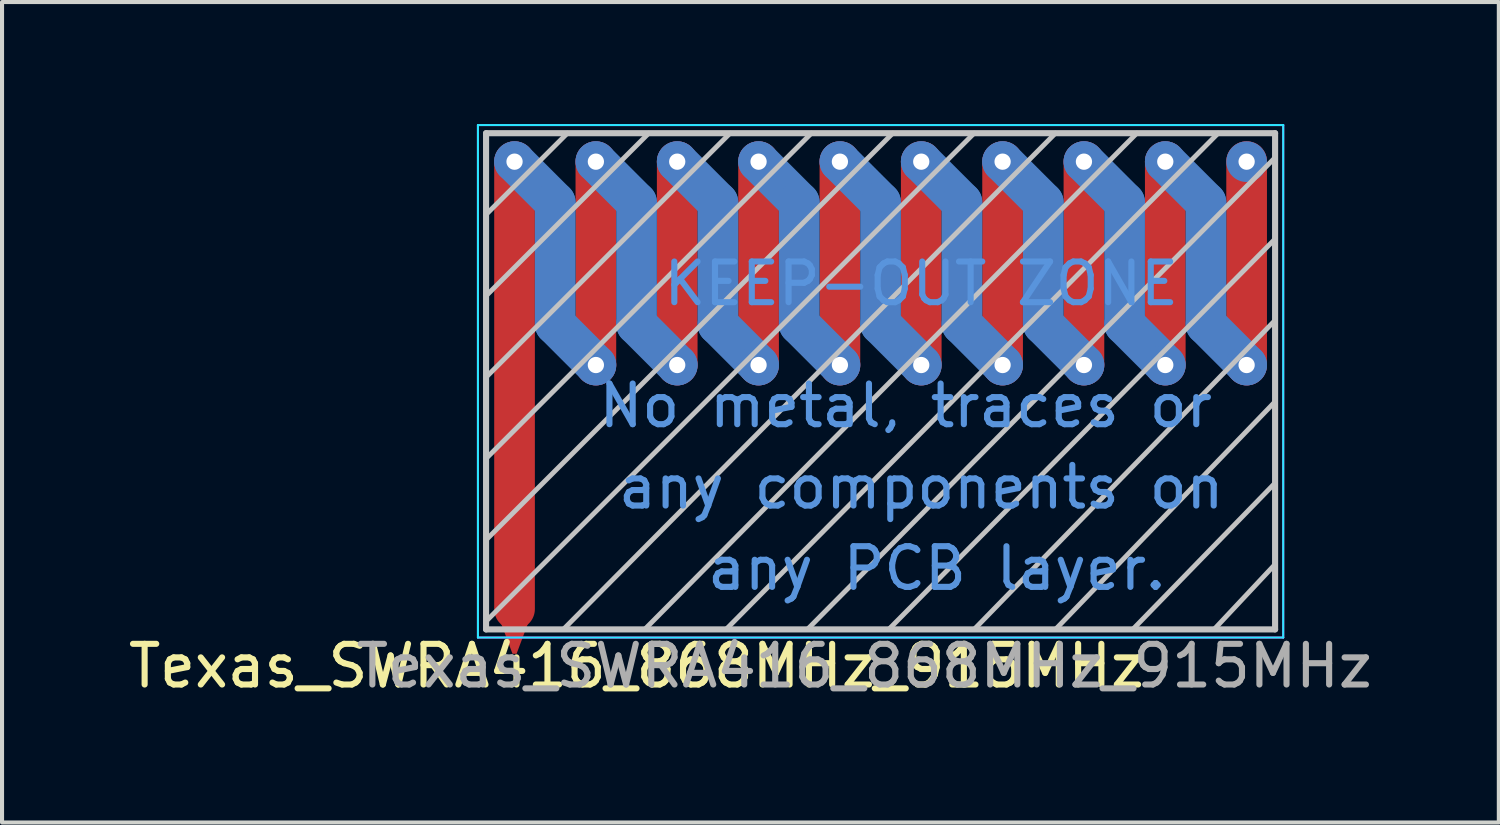
<source format=kicad_pcb>
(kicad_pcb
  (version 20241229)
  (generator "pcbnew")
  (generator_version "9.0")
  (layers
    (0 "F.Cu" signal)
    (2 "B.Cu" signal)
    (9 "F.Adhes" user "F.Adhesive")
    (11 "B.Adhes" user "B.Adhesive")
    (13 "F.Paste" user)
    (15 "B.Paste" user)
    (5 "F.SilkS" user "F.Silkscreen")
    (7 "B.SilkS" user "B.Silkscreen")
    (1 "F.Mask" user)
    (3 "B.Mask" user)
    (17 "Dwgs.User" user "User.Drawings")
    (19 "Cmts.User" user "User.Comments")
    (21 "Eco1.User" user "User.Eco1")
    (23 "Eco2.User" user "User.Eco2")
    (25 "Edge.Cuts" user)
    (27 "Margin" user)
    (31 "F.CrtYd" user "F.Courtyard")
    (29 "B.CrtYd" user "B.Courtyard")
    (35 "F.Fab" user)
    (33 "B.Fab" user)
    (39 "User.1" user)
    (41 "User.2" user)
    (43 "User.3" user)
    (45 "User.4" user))
  (footprint "Texas_SWRA416_868MHz_915MHz"
    (layer "F.Cu")
    (at 18.601 6.725)
    (property "Reference" "Texas_SWRA416_868MHz_915MHz" (at -6 6.6 0) (layer "F.SilkS") (effects (font (size 1 1) (thickness 0.15))))
    (attr smd)
    (fp_line (start -9 5.2) (end -9 -5.8) (stroke (width 1) (type solid)) (layer "F.Cu"))
    (fp_line (start -7 -5.8) (end -7 -0.8) (stroke (width 1) (type solid)) (layer "F.Cu"))
    (fp_line (start -5 -5.8) (end -5 -0.8) (stroke (width 1) (type solid)) (layer "F.Cu"))
    (fp_line (start -3 -5.8) (end -3 -0.8) (stroke (width 1) (type solid)) (layer "F.Cu"))
    (fp_line (start -1 -5.8) (end -1 -0.8) (stroke (width 1) (type solid)) (layer "F.Cu"))
    (fp_line (start 1 -5.8) (end 1 -0.8) (stroke (width 1) (type solid)) (layer "F.Cu"))
    (fp_line (start 3 -5.8) (end 3 -0.8) (stroke (width 1) (type solid)) (layer "F.Cu"))
    (fp_line (start 5 -5.8) (end 5 -0.8) (stroke (width 1) (type solid)) (layer "F.Cu"))
    (fp_line (start 7 -5.8) (end 7 -0.8) (stroke (width 1) (type solid)) (layer "F.Cu"))
    (fp_line (start 9 -5.8) (end 9 -0.8) (stroke (width 1) (type solid)) (layer "F.Cu"))
    (fp_line (start -9 -5.8) (end -8 -4.8) (stroke (width 1) (type solid)) (layer "B.Cu"))
    (fp_line (start -8 -4.8) (end -8 -1.8) (stroke (width 1) (type solid)) (layer "B.Cu"))
    (fp_line (start -8 -1.8) (end -7 -0.8) (stroke (width 1) (type solid)) (layer "B.Cu"))
    (fp_line (start -7 -5.8) (end -6 -4.8) (stroke (width 1) (type solid)) (layer "B.Cu"))
    (fp_line (start -6 -4.8) (end -6 -1.8) (stroke (width 1) (type solid)) (layer "B.Cu"))
    (fp_line (start -6 -1.8) (end -5 -0.8) (stroke (width 1) (type solid)) (layer "B.Cu"))
    (fp_line (start -5 -5.8) (end -4 -4.8) (stroke (width 1) (type solid)) (layer "B.Cu"))
    (fp_line (start -4 -4.8) (end -4 -1.8) (stroke (width 1) (type solid)) (layer "B.Cu"))
    (fp_line (start -4 -1.8) (end -3 -0.8) (stroke (width 1) (type solid)) (layer "B.Cu"))
    (fp_line (start -3 -5.8) (end -2 -4.8) (stroke (width 1) (type solid)) (layer "B.Cu"))
    (fp_line (start -2 -4.8) (end -2 -1.8) (stroke (width 1) (type solid)) (layer "B.Cu"))
    (fp_line (start -2 -1.8) (end -1 -0.8) (stroke (width 1) (type solid)) (layer "B.Cu"))
    (fp_line (start -1 -5.8) (end 0 -4.8) (stroke (width 1) (type solid)) (layer "B.Cu"))
    (fp_line (start 0 -4.8) (end 0 -1.8) (stroke (width 1) (type solid)) (layer "B.Cu"))
    (fp_line (start 0 -1.8) (end 1 -0.8) (stroke (width 1) (type solid)) (layer "B.Cu"))
    (fp_line (start 1 -5.8) (end 2 -4.8) (stroke (width 1) (type solid)) (layer "B.Cu"))
    (fp_line (start 2 -4.8) (end 2 -1.8) (stroke (width 1) (type solid)) (layer "B.Cu"))
    (fp_line (start 2 -1.8) (end 3 -0.8) (stroke (width 1) (type solid)) (layer "B.Cu"))
    (fp_line (start 3 -5.8) (end 4 -4.8) (stroke (width 1) (type solid)) (layer "B.Cu"))
    (fp_line (start 4 -4.8) (end 4 -1.8) (stroke (width 1) (type solid)) (layer "B.Cu"))
    (fp_line (start 4 -1.8) (end 5 -0.8) (stroke (width 1) (type solid)) (layer "B.Cu"))
    (fp_line (start 5 -5.8) (end 6 -4.8) (stroke (width 1) (type solid)) (layer "B.Cu"))
    (fp_line (start 6 -4.8) (end 6 -1.8) (stroke (width 1) (type solid)) (layer "B.Cu"))
    (fp_line (start 6 -1.8) (end 7 -0.8) (stroke (width 1) (type solid)) (layer "B.Cu"))
    (fp_line (start 7 -5.8) (end 8 -4.8) (stroke (width 1) (type solid)) (layer "B.Cu"))
    (fp_line (start 8 -4.8) (end 8 -1.8) (stroke (width 1) (type solid)) (layer "B.Cu"))
    (fp_line (start 8 -1.8) (end 9 -0.8) (stroke (width 1) (type solid)) (layer "B.Cu"))
    (fp_line (start -9.7 -6.5) (end -9.7 5.7) (stroke (width 0.15) (type solid)) (layer "Dwgs.User"))
    (fp_line (start -9.7 -4.5) (end -7.7 -6.5) (stroke (width 0.12) (type solid)) (layer "Dwgs.User"))
    (fp_line (start -9.7 -2.5) (end -5.7 -6.5) (stroke (width 0.12) (type solid)) (layer "Dwgs.User"))
    (fp_line (start -9.7 -0.5) (end -3.7 -6.5) (stroke (width 0.12) (type solid)) (layer "Dwgs.User"))
    (fp_line (start -9.7 1.5) (end -1.7 -6.5) (stroke (width 0.12) (type solid)) (layer "Dwgs.User"))
    (fp_line (start -9.7 3.5) (end 0.3 -6.5) (stroke (width 0.12) (type solid)) (layer "Dwgs.User"))
    (fp_line (start -9.7 5.5) (end 2.3 -6.5) (stroke (width 0.12) (type solid)) (layer "Dwgs.User"))
    (fp_line (start -9.7 5.7) (end 9.7 5.7) (stroke (width 0.15) (type solid)) (layer "Dwgs.User"))
    (fp_line (start 4.3 -6.5) (end -7.8 5.7) (stroke (width 0.12) (type solid)) (layer "Dwgs.User"))
    (fp_line (start 6.3 -6.5) (end -5.8 5.7) (stroke (width 0.12) (type solid)) (layer "Dwgs.User"))
    (fp_line (start 8.3 -6.5) (end -3.8 5.7) (stroke (width 0.12) (type solid)) (layer "Dwgs.User"))
    (fp_line (start 9.7 -6.5) (end -9.7 -6.5) (stroke (width 0.15) (type solid)) (layer "Dwgs.User"))
    (fp_line (start 9.7 -5.9) (end -1.8 5.7) (stroke (width 0.12) (type solid)) (layer "Dwgs.User"))
    (fp_line (start 9.7 -3.9) (end 0.2 5.7) (stroke (width 0.12) (type solid)) (layer "Dwgs.User"))
    (fp_line (start 9.7 -1.9) (end 2.3 5.7) (stroke (width 0.12) (type solid)) (layer "Dwgs.User"))
    (fp_line (start 9.7 0.1) (end 4.3 5.7) (stroke (width 0.12) (type solid)) (layer "Dwgs.User"))
    (fp_line (start 9.7 2.1) (end 6.2 5.7) (stroke (width 0.12) (type solid)) (layer "Dwgs.User"))
    (fp_line (start 9.7 4.1) (end 8.2 5.7) (stroke (width 0.12) (type solid)) (layer "Dwgs.User"))
    (fp_line (start 9.7 5.7) (end 9.7 -6.5) (stroke (width 0.15) (type solid)) (layer "Dwgs.User"))
    (fp_line (start -9.9 -6.7) (end -9.9 5.9) (stroke (width 0.05) (type solid)) (layer "B.CrtYd"))
    (fp_line (start -9.9 5.9) (end 9.9 5.9) (stroke (width 0.05) (type solid)) (layer "B.CrtYd"))
    (fp_line (start 9.9 -6.7) (end -9.9 -6.7) (stroke (width 0.05) (type solid)) (layer "B.CrtYd"))
    (fp_line (start 9.9 5.9) (end 9.9 -6.7) (stroke (width 0.05) (type solid)) (layer "B.CrtYd"))
    (fp_line (start -9.9 -6.7) (end -9.9 5.9) (stroke (width 0.05) (type solid)) (layer "F.CrtYd"))
    (fp_line (start -9.9 5.9) (end 9.9 5.9) (stroke (width 0.05) (type solid)) (layer "F.CrtYd"))
    (fp_line (start 9.9 -6.7) (end -9.9 -6.7) (stroke (width 0.05) (type solid)) (layer "F.CrtYd"))
    (fp_line (start 9.9 5.9) (end 9.9 -6.7) (stroke (width 0.05) (type solid)) (layer "F.CrtYd"))
    (fp_text user "No metal, traces or " (at 1 0.2 0) (layer "Cmts.User") (effects (font (size 1 1) (thickness 0.15))))
    (fp_text user "KEEP-OUT ZONE" (at 1 -2.8 0) (layer "Cmts.User") (effects (font (size 1 1) (thickness 0.15))))
    (fp_text user " any PCB layer." (at 1 4.2 0) (layer "Cmts.User") (effects (font (size 1 1) (thickness 0.15))))
    (fp_text user "any components on" (at 1 2.2 0) (layer "Cmts.User") (effects (font (size 1 1) (thickness 0.15))))
    (fp_text user "${REFERENCE}" (at -0.4 6.6 0) (layer "F.Fab") (effects (font (size 1 1) (thickness 0.15))))
    (pad "" thru_hole circle (at -9 -5.8 180) (size 1 1) (drill 0.4) (layers "*.Cu"))
    (pad "" thru_hole circle (at -7 -5.8 180) (size 1 1) (drill 0.4) (layers "*.Cu"))
    (pad "" thru_hole circle (at -7 -0.8 180) (size 1 1) (drill 0.4) (layers "*.Cu"))
    (pad "" thru_hole circle (at -5 -5.8 180) (size 1 1) (drill 0.4) (layers "*.Cu"))
    (pad "" thru_hole circle (at -5 -0.8 180) (size 1 1) (drill 0.4) (layers "*.Cu"))
    (pad "" thru_hole circle (at -3 -5.8 180) (size 1 1) (drill 0.4) (layers "*.Cu"))
    (pad "" thru_hole circle (at -3 -0.8 180) (size 1 1) (drill 0.4) (layers "*.Cu"))
    (pad "" thru_hole circle (at -1 -5.8 180) (size 1 1) (drill 0.4) (layers "*.Cu"))
    (pad "" thru_hole circle (at -1 -0.8 180) (size 1 1) (drill 0.4) (layers "*.Cu"))
    (pad "" thru_hole circle (at 1 -5.8 180) (size 1 1) (drill 0.4) (layers "*.Cu"))
    (pad "" thru_hole circle (at 1 -0.8 180) (size 1 1) (drill 0.4) (layers "*.Cu"))
    (pad "" thru_hole circle (at 3 -5.8 180) (size 1 1) (drill 0.4) (layers "*.Cu"))
    (pad "" thru_hole circle (at 3 -0.8 180) (size 1 1) (drill 0.4) (layers "*.Cu"))
    (pad "" thru_hole circle (at 5 -5.8 180) (size 1 1) (drill 0.4) (layers "*.Cu"))
    (pad "" thru_hole circle (at 5 -0.8 180) (size 1 1) (drill 0.4) (layers "*.Cu"))
    (pad "" thru_hole circle (at 7 -5.8 180) (size 1 1) (drill 0.4) (layers "*.Cu"))
    (pad "" thru_hole circle (at 7 -0.8 180) (size 1 1) (drill 0.4) (layers "*.Cu"))
    (pad "" thru_hole circle (at 9 -5.8 180) (size 1 1) (drill 0.4) (layers "*.Cu"))
    (pad "" thru_hole circle (at 9 -0.8 180) (size 1 1) (drill 0.4) (layers "*.Cu"))
    (pad "1" smd trapezoid (at -9 5.9 180) (size 0.4 0.8) (rect_delta 0 0.3) (layers "F.Cu")))
  (gr_rect
    (start -3 -3)
    (end 33.802 17.173)
    (stroke (width 0.1) (type default))
    (fill no)
    (layer "Edge.Cuts")))
</source>
